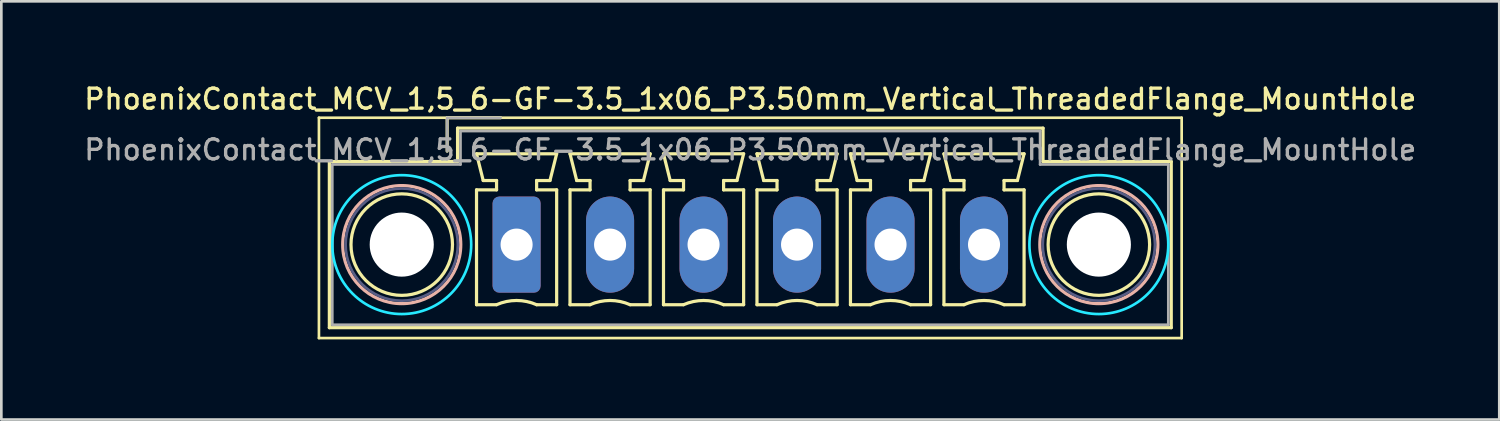
<source format=kicad_pcb>
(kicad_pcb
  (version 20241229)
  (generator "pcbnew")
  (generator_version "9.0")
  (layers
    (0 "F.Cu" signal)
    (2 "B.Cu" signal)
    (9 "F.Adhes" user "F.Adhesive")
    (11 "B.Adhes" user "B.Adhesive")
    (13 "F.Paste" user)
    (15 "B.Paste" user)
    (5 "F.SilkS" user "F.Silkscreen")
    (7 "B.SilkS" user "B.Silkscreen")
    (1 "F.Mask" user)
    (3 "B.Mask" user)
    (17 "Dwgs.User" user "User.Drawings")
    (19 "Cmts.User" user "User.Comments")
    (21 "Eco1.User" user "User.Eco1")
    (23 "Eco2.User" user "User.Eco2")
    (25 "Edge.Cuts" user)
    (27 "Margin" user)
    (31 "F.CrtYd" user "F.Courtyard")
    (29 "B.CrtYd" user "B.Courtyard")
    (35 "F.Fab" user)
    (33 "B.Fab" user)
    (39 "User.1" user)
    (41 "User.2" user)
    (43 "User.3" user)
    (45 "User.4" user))
  (footprint "PhoenixContact_MCV_1,5_6-GF-3.5_1x06_P3.50mm_Vertical_ThreadedFlange_MountHole"
    (layer "F.Cu")
    (at 16.291 6.108)
    (property "Reference" "PhoenixContact_MCV_1,5_6-GF-3.5_1x06_P3.50mm_Vertical_ThreadedFlange_MountHole" (at 8.75 -5.45 0) (layer "F.SilkS") (effects (font (size 0.75 0.75) (thickness 0.125))))
    (attr through_hole)
    (fp_line (start -7.4 -4.75) (end -7.4 3.5) (stroke (width 0.1) (type solid)) (layer "F.SilkS"))
    (fp_line (start -7.4 3.5) (end 24.9 3.5) (stroke (width 0.1) (type solid)) (layer "F.SilkS"))
    (fp_line (start -7.01 -3.11) (end -7.01 3.11) (stroke (width 0.12) (type solid)) (layer "F.SilkS"))
    (fp_line (start -7.01 3.11) (end 24.51 3.11) (stroke (width 0.12) (type solid)) (layer "F.SilkS"))
    (fp_line (start -2.6 -4.75) (end -0.6 -4.75) (stroke (width 0.12) (type solid)) (layer "F.SilkS"))
    (fp_line (start -2.6 -3.5) (end -2.6 -4.75) (stroke (width 0.12) (type solid)) (layer "F.SilkS"))
    (fp_line (start -2.21 -4.36) (end -2.21 -3.11) (stroke (width 0.12) (type solid)) (layer "F.SilkS"))
    (fp_line (start -2.21 -3.11) (end -7.01 -3.11) (stroke (width 0.12) (type solid)) (layer "F.SilkS"))
    (fp_line (start -1.5 -3.4) (end 1.5 -3.4) (stroke (width 0.12) (type solid)) (layer "F.SilkS"))
    (fp_line (start -1.5 -2.05) (end -0.75 -2.05) (stroke (width 0.12) (type solid)) (layer "F.SilkS"))
    (fp_line (start -1.5 2.25) (end -1.5 -2.05) (stroke (width 0.12) (type solid)) (layer "F.SilkS"))
    (fp_line (start -1.25 -2.4) (end -1.5 -3.4) (stroke (width 0.12) (type solid)) (layer "F.SilkS"))
    (fp_line (start -0.75 -2.4) (end -1.25 -2.4) (stroke (width 0.12) (type solid)) (layer "F.SilkS"))
    (fp_line (start -0.75 -2.05) (end -0.75 -2.4) (stroke (width 0.12) (type solid)) (layer "F.SilkS"))
    (fp_line (start -0.75 2.25) (end -1.5 2.25) (stroke (width 0.12) (type solid)) (layer "F.SilkS"))
    (fp_line (start 0.75 -2.4) (end 0.75 -2.05) (stroke (width 0.12) (type solid)) (layer "F.SilkS"))
    (fp_line (start 0.75 -2.05) (end 1.5 -2.05) (stroke (width 0.12) (type solid)) (layer "F.SilkS"))
    (fp_line (start 1.25 -2.4) (end 0.75 -2.4) (stroke (width 0.12) (type solid)) (layer "F.SilkS"))
    (fp_line (start 1.5 -3.4) (end 1.25 -2.4) (stroke (width 0.12) (type solid)) (layer "F.SilkS"))
    (fp_line (start 1.5 -2.05) (end 1.5 2.25) (stroke (width 0.12) (type solid)) (layer "F.SilkS"))
    (fp_line (start 1.5 2.25) (end 0.75 2.25) (stroke (width 0.12) (type solid)) (layer "F.SilkS"))
    (fp_line (start 2 -3.4) (end 5 -3.4) (stroke (width 0.12) (type solid)) (layer "F.SilkS"))
    (fp_line (start 2 -2.05) (end 2.75 -2.05) (stroke (width 0.12) (type solid)) (layer "F.SilkS"))
    (fp_line (start 2 2.25) (end 2 -2.05) (stroke (width 0.12) (type solid)) (layer "F.SilkS"))
    (fp_line (start 2.25 -2.4) (end 2 -3.4) (stroke (width 0.12) (type solid)) (layer "F.SilkS"))
    (fp_line (start 2.75 -2.4) (end 2.25 -2.4) (stroke (width 0.12) (type solid)) (layer "F.SilkS"))
    (fp_line (start 2.75 -2.05) (end 2.75 -2.4) (stroke (width 0.12) (type solid)) (layer "F.SilkS"))
    (fp_line (start 2.75 2.25) (end 2 2.25) (stroke (width 0.12) (type solid)) (layer "F.SilkS"))
    (fp_line (start 4.25 -2.4) (end 4.25 -2.05) (stroke (width 0.12) (type solid)) (layer "F.SilkS"))
    (fp_line (start 4.25 -2.05) (end 5 -2.05) (stroke (width 0.12) (type solid)) (layer "F.SilkS"))
    (fp_line (start 4.75 -2.4) (end 4.25 -2.4) (stroke (width 0.12) (type solid)) (layer "F.SilkS"))
    (fp_line (start 5 -3.4) (end 4.75 -2.4) (stroke (width 0.12) (type solid)) (layer "F.SilkS"))
    (fp_line (start 5 -2.05) (end 5 2.25) (stroke (width 0.12) (type solid)) (layer "F.SilkS"))
    (fp_line (start 5 2.25) (end 4.25 2.25) (stroke (width 0.12) (type solid)) (layer "F.SilkS"))
    (fp_line (start 5.5 -3.4) (end 8.5 -3.4) (stroke (width 0.12) (type solid)) (layer "F.SilkS"))
    (fp_line (start 5.5 -2.05) (end 6.25 -2.05) (stroke (width 0.12) (type solid)) (layer "F.SilkS"))
    (fp_line (start 5.5 2.25) (end 5.5 -2.05) (stroke (width 0.12) (type solid)) (layer "F.SilkS"))
    (fp_line (start 5.75 -2.4) (end 5.5 -3.4) (stroke (width 0.12) (type solid)) (layer "F.SilkS"))
    (fp_line (start 6.25 -2.4) (end 5.75 -2.4) (stroke (width 0.12) (type solid)) (layer "F.SilkS"))
    (fp_line (start 6.25 -2.05) (end 6.25 -2.4) (stroke (width 0.12) (type solid)) (layer "F.SilkS"))
    (fp_line (start 6.25 2.25) (end 5.5 2.25) (stroke (width 0.12) (type solid)) (layer "F.SilkS"))
    (fp_line (start 7.75 -2.4) (end 7.75 -2.05) (stroke (width 0.12) (type solid)) (layer "F.SilkS"))
    (fp_line (start 7.75 -2.05) (end 8.5 -2.05) (stroke (width 0.12) (type solid)) (layer "F.SilkS"))
    (fp_line (start 8.25 -2.4) (end 7.75 -2.4) (stroke (width 0.12) (type solid)) (layer "F.SilkS"))
    (fp_line (start 8.5 -3.4) (end 8.25 -2.4) (stroke (width 0.12) (type solid)) (layer "F.SilkS"))
    (fp_line (start 8.5 -2.05) (end 8.5 2.25) (stroke (width 0.12) (type solid)) (layer "F.SilkS"))
    (fp_line (start 8.5 2.25) (end 7.75 2.25) (stroke (width 0.12) (type solid)) (layer "F.SilkS"))
    (fp_line (start 9 -3.4) (end 12 -3.4) (stroke (width 0.12) (type solid)) (layer "F.SilkS"))
    (fp_line (start 9 -2.05) (end 9.75 -2.05) (stroke (width 0.12) (type solid)) (layer "F.SilkS"))
    (fp_line (start 9 2.25) (end 9 -2.05) (stroke (width 0.12) (type solid)) (layer "F.SilkS"))
    (fp_line (start 9.25 -2.4) (end 9 -3.4) (stroke (width 0.12) (type solid)) (layer "F.SilkS"))
    (fp_line (start 9.75 -2.4) (end 9.25 -2.4) (stroke (width 0.12) (type solid)) (layer "F.SilkS"))
    (fp_line (start 9.75 -2.05) (end 9.75 -2.4) (stroke (width 0.12) (type solid)) (layer "F.SilkS"))
    (fp_line (start 9.75 2.25) (end 9 2.25) (stroke (width 0.12) (type solid)) (layer "F.SilkS"))
    (fp_line (start 11.25 -2.4) (end 11.25 -2.05) (stroke (width 0.12) (type solid)) (layer "F.SilkS"))
    (fp_line (start 11.25 -2.05) (end 12 -2.05) (stroke (width 0.12) (type solid)) (layer "F.SilkS"))
    (fp_line (start 11.75 -2.4) (end 11.25 -2.4) (stroke (width 0.12) (type solid)) (layer "F.SilkS"))
    (fp_line (start 12 -3.4) (end 11.75 -2.4) (stroke (width 0.12) (type solid)) (layer "F.SilkS"))
    (fp_line (start 12 -2.05) (end 12 2.25) (stroke (width 0.12) (type solid)) (layer "F.SilkS"))
    (fp_line (start 12 2.25) (end 11.25 2.25) (stroke (width 0.12) (type solid)) (layer "F.SilkS"))
    (fp_line (start 12.5 -3.4) (end 15.5 -3.4) (stroke (width 0.12) (type solid)) (layer "F.SilkS"))
    (fp_line (start 12.5 -2.05) (end 13.25 -2.05) (stroke (width 0.12) (type solid)) (layer "F.SilkS"))
    (fp_line (start 12.5 2.25) (end 12.5 -2.05) (stroke (width 0.12) (type solid)) (layer "F.SilkS"))
    (fp_line (start 12.75 -2.4) (end 12.5 -3.4) (stroke (width 0.12) (type solid)) (layer "F.SilkS"))
    (fp_line (start 13.25 -2.4) (end 12.75 -2.4) (stroke (width 0.12) (type solid)) (layer "F.SilkS"))
    (fp_line (start 13.25 -2.05) (end 13.25 -2.4) (stroke (width 0.12) (type solid)) (layer "F.SilkS"))
    (fp_line (start 13.25 2.25) (end 12.5 2.25) (stroke (width 0.12) (type solid)) (layer "F.SilkS"))
    (fp_line (start 14.75 -2.4) (end 14.75 -2.05) (stroke (width 0.12) (type solid)) (layer "F.SilkS"))
    (fp_line (start 14.75 -2.05) (end 15.5 -2.05) (stroke (width 0.12) (type solid)) (layer "F.SilkS"))
    (fp_line (start 15.25 -2.4) (end 14.75 -2.4) (stroke (width 0.12) (type solid)) (layer "F.SilkS"))
    (fp_line (start 15.5 -3.4) (end 15.25 -2.4) (stroke (width 0.12) (type solid)) (layer "F.SilkS"))
    (fp_line (start 15.5 -2.05) (end 15.5 2.25) (stroke (width 0.12) (type solid)) (layer "F.SilkS"))
    (fp_line (start 15.5 2.25) (end 14.75 2.25) (stroke (width 0.12) (type solid)) (layer "F.SilkS"))
    (fp_line (start 16 -3.4) (end 19 -3.4) (stroke (width 0.12) (type solid)) (layer "F.SilkS"))
    (fp_line (start 16 -2.05) (end 16.75 -2.05) (stroke (width 0.12) (type solid)) (layer "F.SilkS"))
    (fp_line (start 16 2.25) (end 16 -2.05) (stroke (width 0.12) (type solid)) (layer "F.SilkS"))
    (fp_line (start 16.25 -2.4) (end 16 -3.4) (stroke (width 0.12) (type solid)) (layer "F.SilkS"))
    (fp_line (start 16.75 -2.4) (end 16.25 -2.4) (stroke (width 0.12) (type solid)) (layer "F.SilkS"))
    (fp_line (start 16.75 -2.05) (end 16.75 -2.4) (stroke (width 0.12) (type solid)) (layer "F.SilkS"))
    (fp_line (start 16.75 2.25) (end 16 2.25) (stroke (width 0.12) (type solid)) (layer "F.SilkS"))
    (fp_line (start 18.25 -2.4) (end 18.25 -2.05) (stroke (width 0.12) (type solid)) (layer "F.SilkS"))
    (fp_line (start 18.25 -2.05) (end 19 -2.05) (stroke (width 0.12) (type solid)) (layer "F.SilkS"))
    (fp_line (start 18.75 -2.4) (end 18.25 -2.4) (stroke (width 0.12) (type solid)) (layer "F.SilkS"))
    (fp_line (start 19 -3.4) (end 18.75 -2.4) (stroke (width 0.12) (type solid)) (layer "F.SilkS"))
    (fp_line (start 19 -2.05) (end 19 2.25) (stroke (width 0.12) (type solid)) (layer "F.SilkS"))
    (fp_line (start 19 2.25) (end 18.25 2.25) (stroke (width 0.12) (type solid)) (layer "F.SilkS"))
    (fp_line (start 19.71 -4.36) (end -2.21 -4.36) (stroke (width 0.12) (type solid)) (layer "F.SilkS"))
    (fp_line (start 19.71 -3.11) (end 19.71 -4.36) (stroke (width 0.12) (type solid)) (layer "F.SilkS"))
    (fp_line (start 24.51 -3.11) (end 19.71 -3.11) (stroke (width 0.12) (type solid)) (layer "F.SilkS"))
    (fp_line (start 24.51 3.11) (end 24.51 -3.11) (stroke (width 0.12) (type solid)) (layer "F.SilkS"))
    (fp_line (start 24.9 -4.75) (end -7.4 -4.75) (stroke (width 0.1) (type solid)) (layer "F.SilkS"))
    (fp_line (start 24.9 3.5) (end 24.9 -4.75) (stroke (width 0.1) (type solid)) (layer "F.SilkS"))
    (fp_arc (start -0.75 2.25) (mid -0.000193 2.09191) (end 0.749647 2.249844) (stroke (width 0.12) (type solid)) (layer "F.SilkS"))
    (fp_arc (start 2.75 2.25) (mid 3.499807 2.09191) (end 4.249647 2.249844) (stroke (width 0.12) (type solid)) (layer "F.SilkS"))
    (fp_arc (start 6.25 2.25) (mid 6.999807 2.09191) (end 7.749647 2.249844) (stroke (width 0.12) (type solid)) (layer "F.SilkS"))
    (fp_arc (start 9.75 2.25) (mid 10.499807 2.09191) (end 11.249647 2.249844) (stroke (width 0.12) (type solid)) (layer "F.SilkS"))
    (fp_arc (start 13.25 2.25) (mid 13.999807 2.09191) (end 14.749647 2.249844) (stroke (width 0.12) (type solid)) (layer "F.SilkS"))
    (fp_arc (start 16.75 2.25) (mid 17.499807 2.09191) (end 18.249647 2.249844) (stroke (width 0.12) (type solid)) (layer "F.SilkS"))
    (fp_circle (center -4.3 0) (end -2.4 0) (stroke (width 0.12) (type solid)) (fill no) (layer "F.SilkS"))
    (fp_circle (center 21.8 0) (end 23.7 0) (stroke (width 0.12) (type solid)) (fill no) (layer "F.SilkS"))
    (fp_circle (center -4.3 0) (end -2.09 0) (stroke (width 0.12) (type solid)) (fill no) (layer "B.SilkS"))
    (fp_circle (center 21.8 0) (end 24.01 0) (stroke (width 0.12) (type solid)) (fill no) (layer "B.SilkS"))
    (fp_circle (center -4.3 0) (end -1.7 0) (stroke (width 0.1) (type solid)) (fill no) (layer "B.CrtYd"))
    (fp_circle (center 21.8 0) (end 24.4 0) (stroke (width 0.1) (type solid)) (fill no) (layer "B.CrtYd"))
    (fp_circle (center -4.3 0) (end -2.2 0) (stroke (width 0.1) (type solid)) (fill no) (layer "B.Fab"))
    (fp_circle (center 21.8 0) (end 23.9 0) (stroke (width 0.1) (type solid)) (fill no) (layer "B.Fab"))
    (fp_line (start -6.9 -3) (end -6.9 3) (stroke (width 0.1) (type solid)) (layer "F.Fab"))
    (fp_line (start -6.9 3) (end 24.4 3) (stroke (width 0.1) (type solid)) (layer "F.Fab"))
    (fp_line (start -2.6 -4.75) (end -0.6 -4.75) (stroke (width 0.1) (type solid)) (layer "F.Fab"))
    (fp_line (start -2.6 -3.5) (end -2.6 -4.75) (stroke (width 0.1) (type solid)) (layer "F.Fab"))
    (fp_line (start -2.1 -4.25) (end -2.1 -3) (stroke (width 0.1) (type solid)) (layer "F.Fab"))
    (fp_line (start -2.1 -3) (end -6.9 -3) (stroke (width 0.1) (type solid)) (layer "F.Fab"))
    (fp_line (start 19.6 -4.25) (end -2.1 -4.25) (stroke (width 0.1) (type solid)) (layer "F.Fab"))
    (fp_line (start 19.6 -3) (end 19.6 -4.25) (stroke (width 0.1) (type solid)) (layer "F.Fab"))
    (fp_line (start 24.4 -3) (end 19.6 -3) (stroke (width 0.1) (type solid)) (layer "F.Fab"))
    (fp_line (start 24.4 3) (end 24.4 -3) (stroke (width 0.1) (type solid)) (layer "F.Fab"))
    (fp_text user "${REFERENCE}" (at 8.75 -3.55 0) (layer "F.Fab") (effects (font (size 0.75 0.75) (thickness 0.125))))
    (pad "" np_thru_hole circle (at -4.3 0) (size 2.4 2.4) (drill 2.4) (layers "*.Cu" "*.Mask"))
    (pad "" np_thru_hole circle (at 21.8 0) (size 2.4 2.4) (drill 2.4) (layers "*.Cu" "*.Mask"))
    (pad "1" thru_hole roundrect (at 0 0) (size 1.8 3.6) (drill 1.2) (layers "*.Cu" "*.Mask") (roundrect_rratio 0.139))
    (pad "2" thru_hole oval (at 3.5 0) (size 1.8 3.6) (drill 1.2) (layers "*.Cu" "*.Mask"))
    (pad "3" thru_hole oval (at 7 0) (size 1.8 3.6) (drill 1.2) (layers "*.Cu" "*.Mask"))
    (pad "4" thru_hole oval (at 10.5 0) (size 1.8 3.6) (drill 1.2) (layers "*.Cu" "*.Mask"))
    (pad "5" thru_hole oval (at 14 0) (size 1.8 3.6) (drill 1.2) (layers "*.Cu" "*.Mask"))
    (pad "6" thru_hole oval (at 17.5 0) (size 1.8 3.6) (drill 1.2) (layers "*.Cu" "*.Mask")))
  (gr_rect
    (start -3 -3)
    (end 53.082 12.658)
    (stroke (width 0.1) (type default))
    (fill no)
    (layer "Edge.Cuts")))
</source>
